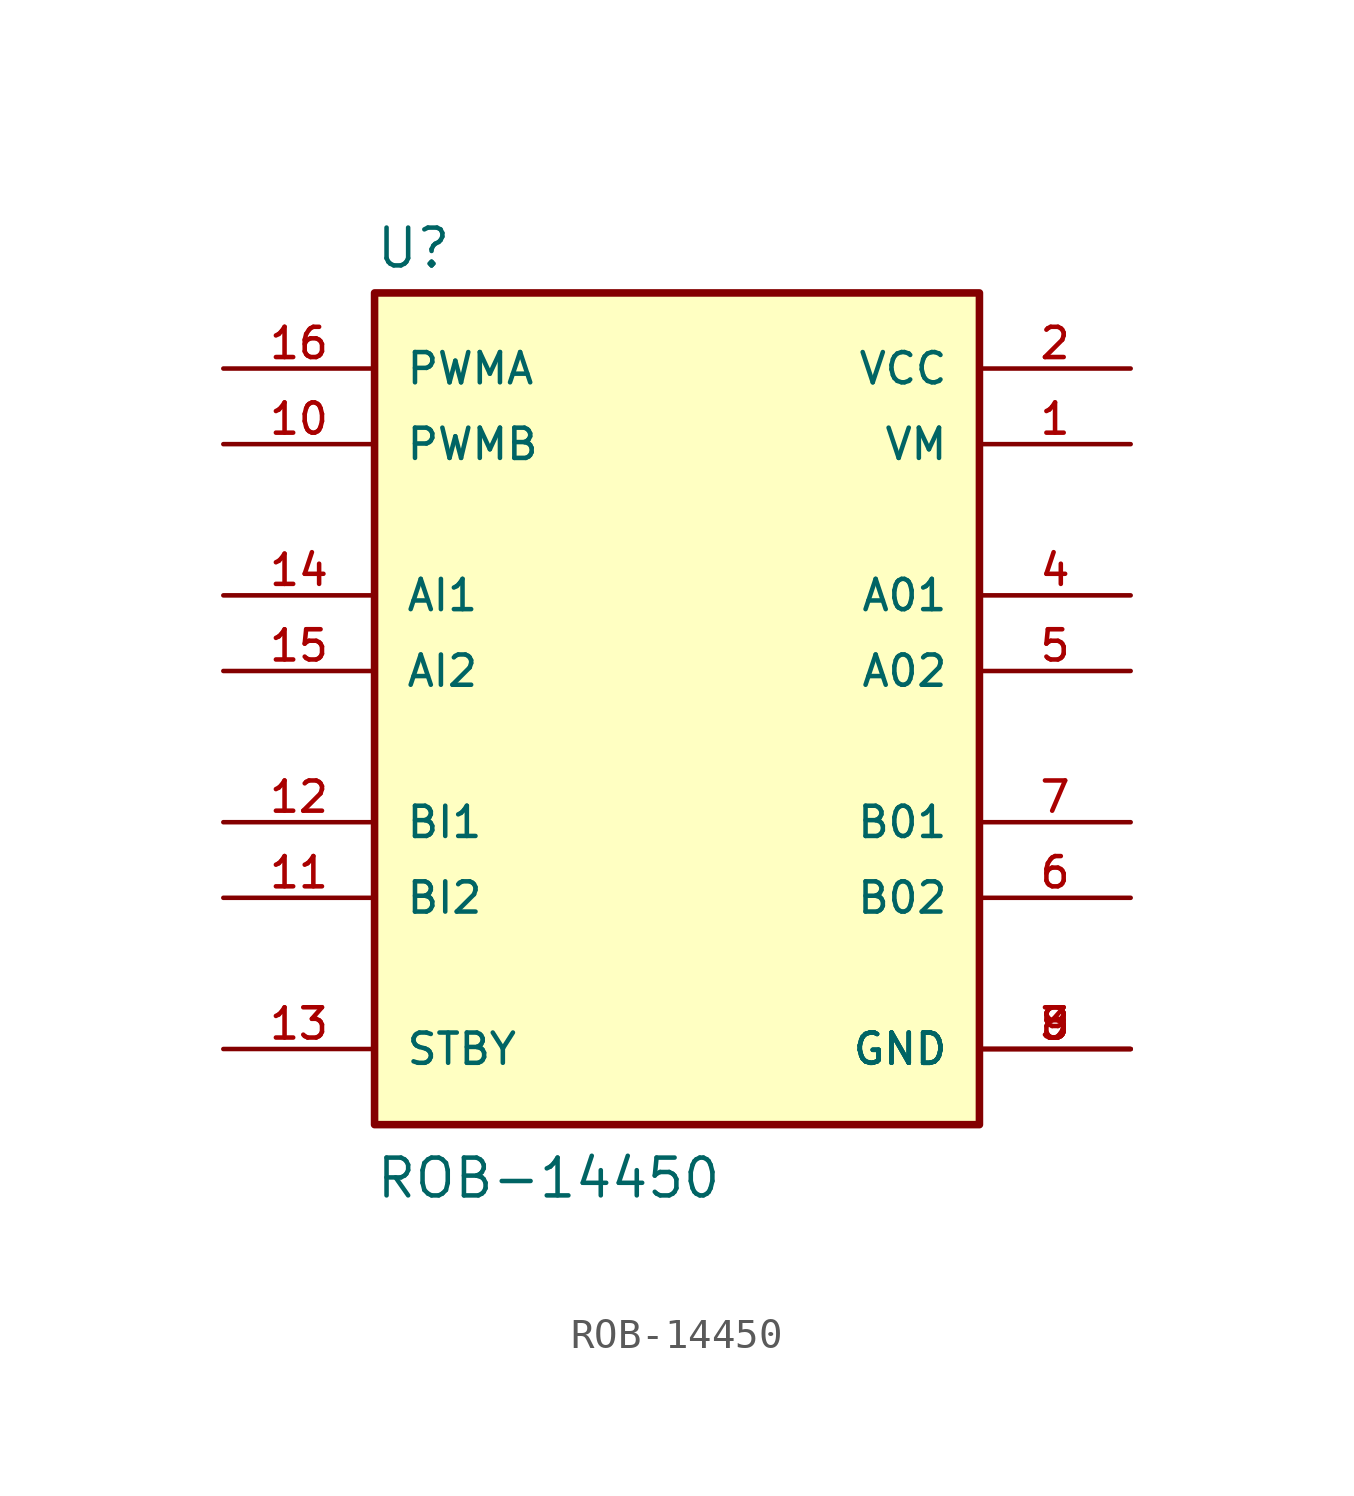
<source format=kicad_sym>
(kicad_symbol_lib
  (version 20220914)
  (generator kicad_symbol_editor)
  (symbol "ROB-14450"
    (pin_names
      (offset 1.016))
    (property "Reference" "U"
      (at -10.16 16.002 0)
      (effects (font (size 1.27 1.27)) (justify left bottom)))
    (property "Value" "ROB-14450"
      (at -10.16 -15.24 0)
      (effects (font (size 1.27 1.27)) (justify left bottom)))
    (property "ki_locked" ""
      (at 0 0 0)
      (effects (font (size 1.27 1.27))))
    (symbol "ROB-14450_0_0"
      (rectangle (start -10.16 -12.7) (end 10.16 15.24) (stroke (width 0.254) (type solid)) (fill (type background)))
      (pin power_in line (at 15.24 10.16 180) (length 5.08) (name "VM" (effects (font (size 1.016 1.016)))) (number "1" (effects (font (size 1.016 1.016)))))
      (pin input line (at -15.24 10.16 0) (length 5.08) (name "PWMB" (effects (font (size 1.016 1.016)))) (number "10" (effects (font (size 1.016 1.016)))))
      (pin input line (at -15.24 -5.08 0) (length 5.08) (name "BI2" (effects (font (size 1.016 1.016)))) (number "11" (effects (font (size 1.016 1.016)))))
      (pin input line (at -15.24 -2.54 0) (length 5.08) (name "BI1" (effects (font (size 1.016 1.016)))) (number "12" (effects (font (size 1.016 1.016)))))
      (pin input line (at -15.24 -10.16 0) (length 5.08) (name "STBY" (effects (font (size 1.016 1.016)))) (number "13" (effects (font (size 1.016 1.016)))))
      (pin input line (at -15.24 5.08 0) (length 5.08) (name "AI1" (effects (font (size 1.016 1.016)))) (number "14" (effects (font (size 1.016 1.016)))))
      (pin input line (at -15.24 2.54 0) (length 5.08) (name "AI2" (effects (font (size 1.016 1.016)))) (number "15" (effects (font (size 1.016 1.016)))))
      (pin input line (at -15.24 12.7 0) (length 5.08) (name "PWMA" (effects (font (size 1.016 1.016)))) (number "16" (effects (font (size 1.016 1.016)))))
      (pin power_in line (at 15.24 12.7 180) (length 5.08) (name "VCC" (effects (font (size 1.016 1.016)))) (number "2" (effects (font (size 1.016 1.016)))))
      (pin power_in line (at 15.24 -10.16 180) (length 5.08) (name "GND" (effects (font (size 1.016 1.016)))) (number "3" (effects (font (size 1.016 1.016)))))
      (pin output line (at 15.24 5.08 180) (length 5.08) (name "A01" (effects (font (size 1.016 1.016)))) (number "4" (effects (font (size 1.016 1.016)))))
      (pin output line (at 15.24 2.54 180) (length 5.08) (name "A02" (effects (font (size 1.016 1.016)))) (number "5" (effects (font (size 1.016 1.016)))))
      (pin output line (at 15.24 -5.08 180) (length 5.08) (name "B02" (effects (font (size 1.016 1.016)))) (number "6" (effects (font (size 1.016 1.016)))))
      (pin output line (at 15.24 -2.54 180) (length 5.08) (name "B01" (effects (font (size 1.016 1.016)))) (number "7" (effects (font (size 1.016 1.016)))))
      (pin power_in line (at 15.24 -10.16 180) (length 5.08) (name "GND" (effects (font (size 1.016 1.016)))) (number "8" (effects (font (size 1.016 1.016)))))
      (pin power_in line (at 15.24 -10.16 180) (length 5.08) (name "GND" (effects (font (size 1.016 1.016)))) (number "9" (effects (font (size 1.016 1.016))))))))
</source>
